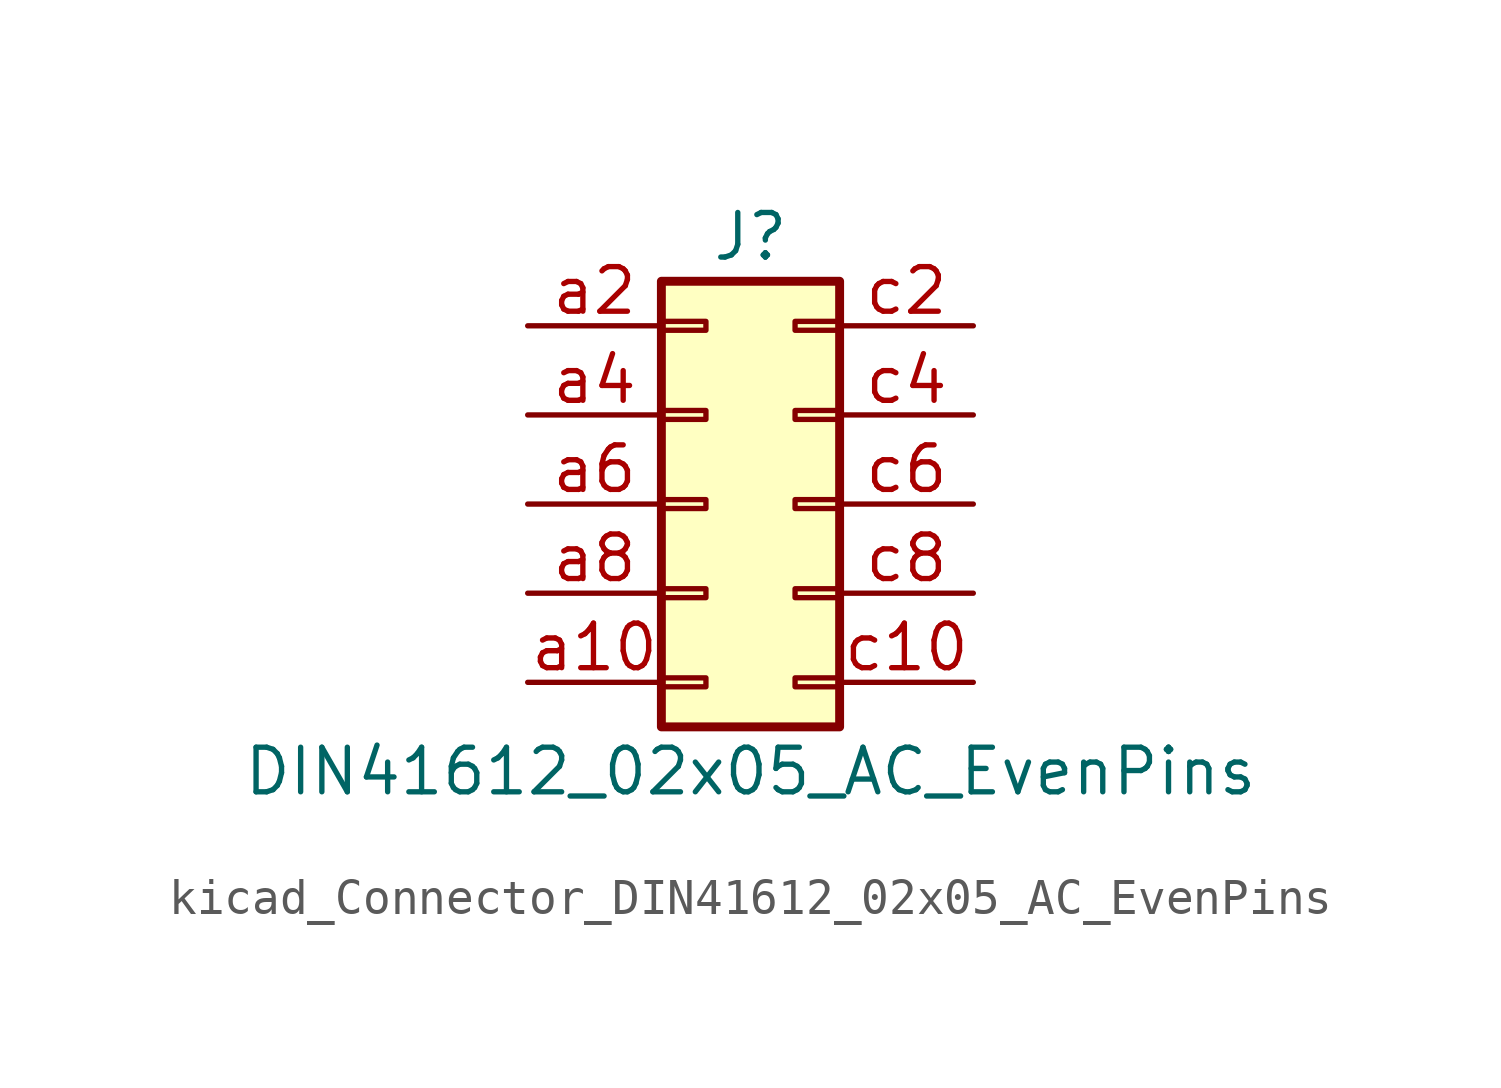
<source format=kicad_sym>
(kicad_symbol_lib
  (version 20220914)
  (generator kicad_symbol_editor)
  (symbol "kicad_Connector_DIN41612_02x05_AC_EvenPins"
    (pin_names
      (offset 1.016) hide)
    (property "Reference" "J"
      (at 1.27 7.62 0)
      (effects (font (size 1.27 1.27))))
    (property "Value" "DIN41612_02x05_AC_EvenPins"
      (at 1.27 -7.62 0)
      (effects (font (size 1.27 1.27))))
    (symbol "kicad_Connector_DIN41612_02x05_AC_EvenPins_1_1"
      (rectangle (start -1.27 -4.953) (end 0 -5.207) (stroke (width 0.152) (type default)) (fill (type none)))
      (rectangle (start -1.27 -2.413) (end 0 -2.667) (stroke (width 0.152) (type default)) (fill (type none)))
      (rectangle (start -1.27 0.127) (end 0 -0.127) (stroke (width 0.152) (type default)) (fill (type none)))
      (rectangle (start -1.27 2.667) (end 0 2.413) (stroke (width 0.152) (type default)) (fill (type none)))
      (rectangle (start -1.27 5.207) (end 0 4.953) (stroke (width 0.152) (type default)) (fill (type none)))
      (rectangle (start -1.27 6.35) (end 3.81 -6.35) (stroke (width 0.254) (type default)) (fill (type background)))
      (rectangle (start 3.81 -4.953) (end 2.54 -5.207) (stroke (width 0.152) (type default)) (fill (type none)))
      (rectangle (start 3.81 -2.413) (end 2.54 -2.667) (stroke (width 0.152) (type default)) (fill (type none)))
      (rectangle (start 3.81 0.127) (end 2.54 -0.127) (stroke (width 0.152) (type default)) (fill (type none)))
      (rectangle (start 3.81 2.667) (end 2.54 2.413) (stroke (width 0.152) (type default)) (fill (type none)))
      (rectangle (start 3.81 5.207) (end 2.54 4.953) (stroke (width 0.152) (type default)) (fill (type none)))
      (pin passive line (at -5.08 -5.08 0) (length 3.81) (name "Pin_a10" (effects (font (size 1.27 1.27)))) (number "a10" (effects (font (size 1.27 1.27)))))
      (pin passive line (at -5.08 5.08 0) (length 3.81) (name "Pin_a2" (effects (font (size 1.27 1.27)))) (number "a2" (effects (font (size 1.27 1.27)))))
      (pin passive line (at -5.08 2.54 0) (length 3.81) (name "Pin_a4" (effects (font (size 1.27 1.27)))) (number "a4" (effects (font (size 1.27 1.27)))))
      (pin passive line (at -5.08 0 0) (length 3.81) (name "Pin_a6" (effects (font (size 1.27 1.27)))) (number "a6" (effects (font (size 1.27 1.27)))))
      (pin passive line (at -5.08 -2.54 0) (length 3.81) (name "Pin_a8" (effects (font (size 1.27 1.27)))) (number "a8" (effects (font (size 1.27 1.27)))))
      (pin passive line (at 7.62 -5.08 180) (length 3.81) (name "Pin_c10" (effects (font (size 1.27 1.27)))) (number "c10" (effects (font (size 1.27 1.27)))))
      (pin passive line (at 7.62 5.08 180) (length 3.81) (name "Pin_c2" (effects (font (size 1.27 1.27)))) (number "c2" (effects (font (size 1.27 1.27)))))
      (pin passive line (at 7.62 2.54 180) (length 3.81) (name "Pin_c4" (effects (font (size 1.27 1.27)))) (number "c4" (effects (font (size 1.27 1.27)))))
      (pin passive line (at 7.62 0 180) (length 3.81) (name "Pin_c6" (effects (font (size 1.27 1.27)))) (number "c6" (effects (font (size 1.27 1.27)))))
      (pin passive line (at 7.62 -2.54 180) (length 3.81) (name "Pin_c8" (effects (font (size 1.27 1.27)))) (number "c8" (effects (font (size 1.27 1.27))))))))
</source>
